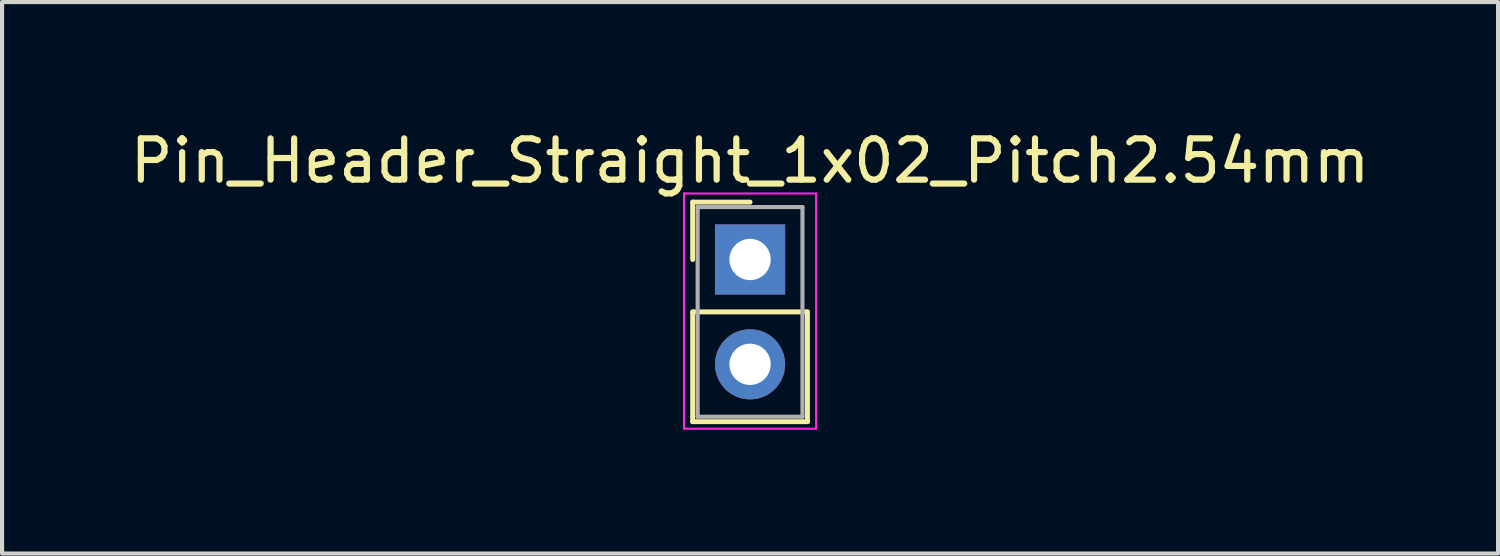
<source format=kicad_pcb>
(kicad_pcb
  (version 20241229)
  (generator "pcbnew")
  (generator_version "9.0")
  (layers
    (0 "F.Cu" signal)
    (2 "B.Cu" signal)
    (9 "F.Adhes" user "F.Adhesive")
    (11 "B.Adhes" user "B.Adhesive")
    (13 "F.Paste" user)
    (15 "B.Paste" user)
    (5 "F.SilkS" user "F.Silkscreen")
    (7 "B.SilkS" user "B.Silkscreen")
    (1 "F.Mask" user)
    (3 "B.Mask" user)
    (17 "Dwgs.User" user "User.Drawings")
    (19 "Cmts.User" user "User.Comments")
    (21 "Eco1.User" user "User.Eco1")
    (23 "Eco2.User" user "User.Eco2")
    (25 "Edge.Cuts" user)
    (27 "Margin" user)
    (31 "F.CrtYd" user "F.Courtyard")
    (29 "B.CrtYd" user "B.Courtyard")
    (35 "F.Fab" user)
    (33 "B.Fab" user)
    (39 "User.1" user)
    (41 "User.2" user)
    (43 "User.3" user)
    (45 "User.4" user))
  (footprint "Pin_Header_Straight_1x02_Pitch2.54mm"
    (layer "F.Cu")
    (at 15.125 3.238)
    (property "Reference" "Pin_Header_Straight_1x02_Pitch2.54mm" (at 0 -2.39 0) (layer "F.SilkS") (effects (font (size 1 1) (thickness 0.15))))
    (attr through_hole)
    (fp_line (start -1.39 -1.39) (end 0 -1.39) (stroke (width 0.12) (type solid)) (layer "F.SilkS"))
    (fp_line (start -1.39 0) (end -1.39 -1.39) (stroke (width 0.12) (type solid)) (layer "F.SilkS"))
    (fp_line (start -1.39 1.27) (end -1.39 3.93) (stroke (width 0.12) (type solid)) (layer "F.SilkS"))
    (fp_line (start -1.39 3.93) (end 1.39 3.93) (stroke (width 0.12) (type solid)) (layer "F.SilkS"))
    (fp_line (start 1.39 1.27) (end -1.39 1.27) (stroke (width 0.12) (type solid)) (layer "F.SilkS"))
    (fp_line (start 1.39 3.93) (end 1.39 1.27) (stroke (width 0.12) (type solid)) (layer "F.SilkS"))
    (fp_line (start -1.6 -1.6) (end -1.6 4.1) (stroke (width 0.05) (type solid)) (layer "F.CrtYd"))
    (fp_line (start -1.6 4.1) (end 1.6 4.1) (stroke (width 0.05) (type solid)) (layer "F.CrtYd"))
    (fp_line (start 1.6 -1.6) (end -1.6 -1.6) (stroke (width 0.05) (type solid)) (layer "F.CrtYd"))
    (fp_line (start 1.6 4.1) (end 1.6 -1.6) (stroke (width 0.05) (type solid)) (layer "F.CrtYd"))
    (fp_line (start -1.27 -1.27) (end -1.27 3.81) (stroke (width 0.1) (type solid)) (layer "F.Fab"))
    (fp_line (start -1.27 3.81) (end 1.27 3.81) (stroke (width 0.1) (type solid)) (layer "F.Fab"))
    (fp_line (start 1.27 -1.27) (end -1.27 -1.27) (stroke (width 0.1) (type solid)) (layer "F.Fab"))
    (fp_line (start 1.27 3.81) (end 1.27 -1.27) (stroke (width 0.1) (type solid)) (layer "F.Fab"))
    (pad "1" thru_hole rect (at 0 0) (size 1.7 1.7) (drill 1) (layers "*.Cu" "*.Mask"))
    (pad "2" thru_hole oval (at 0 2.54) (size 1.7 1.7) (drill 1) (layers "*.Cu" "*.Mask")))
  (gr_rect
    (start -3 -3)
    (end 33.25 10.363)
    (stroke (width 0.1) (type default))
    (fill no)
    (layer "Edge.Cuts")))
</source>
